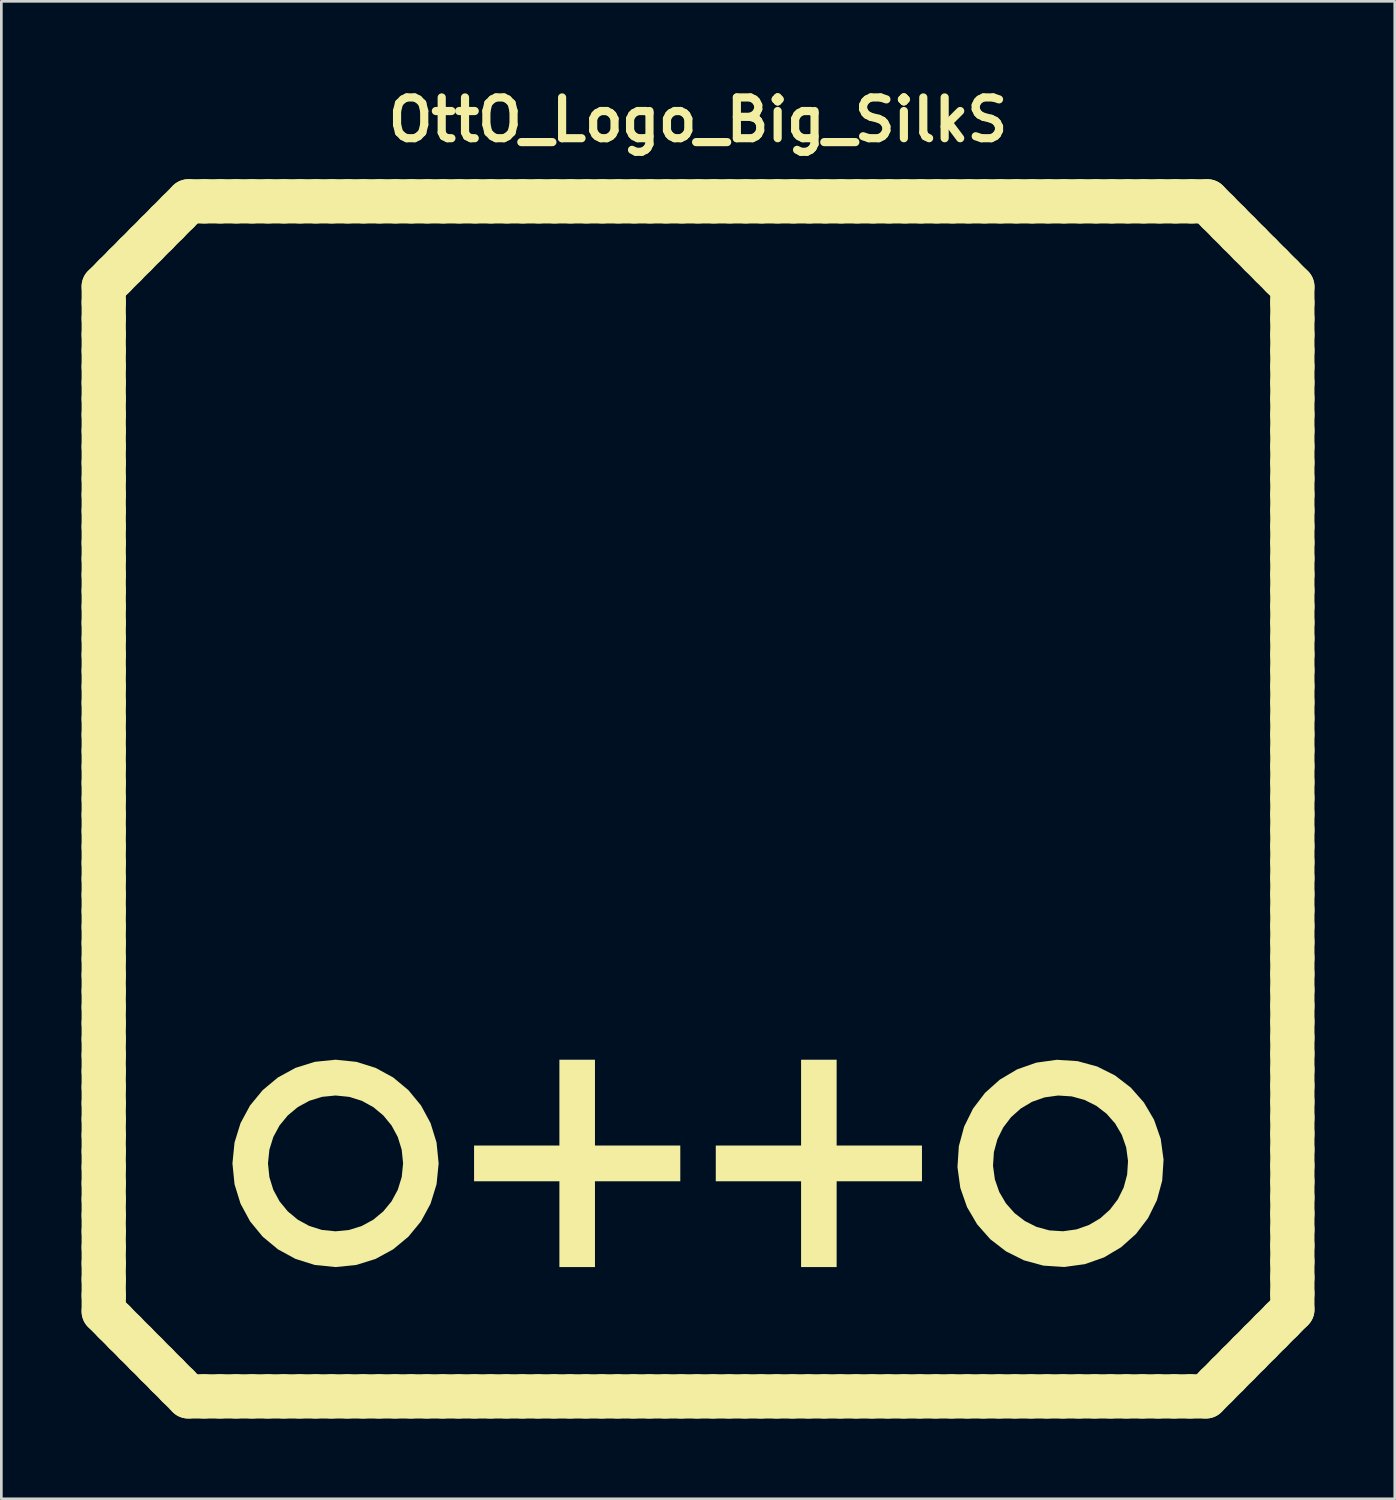
<source format=kicad_pcb>
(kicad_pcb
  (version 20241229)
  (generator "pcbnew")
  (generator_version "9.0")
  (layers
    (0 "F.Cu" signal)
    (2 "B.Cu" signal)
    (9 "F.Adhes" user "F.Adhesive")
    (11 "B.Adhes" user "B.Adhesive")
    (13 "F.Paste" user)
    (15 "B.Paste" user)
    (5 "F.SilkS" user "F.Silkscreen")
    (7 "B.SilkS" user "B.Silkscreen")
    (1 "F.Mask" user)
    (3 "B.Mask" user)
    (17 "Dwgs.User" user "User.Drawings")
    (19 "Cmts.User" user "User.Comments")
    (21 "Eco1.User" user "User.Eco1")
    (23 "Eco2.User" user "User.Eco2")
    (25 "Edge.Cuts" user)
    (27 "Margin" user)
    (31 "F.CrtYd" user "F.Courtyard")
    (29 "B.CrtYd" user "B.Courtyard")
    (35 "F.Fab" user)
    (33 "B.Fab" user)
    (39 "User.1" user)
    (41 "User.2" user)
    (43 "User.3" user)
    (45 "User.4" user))
  (footprint "OttO_Logo_Big_SilkS"
    (layer "F.Cu")
    (at 23.037 26.805)
    (property "Reference" "OttO_Logo_Big_SilkS" (at 0 -25.379 0) (layer "F.SilkS") (effects (font (size 1.524 1.524) (thickness 0.305))))
    (attr smd)
    (fp_line (start -22.211 -19.147) (end -22.211 -18.548) (stroke (width 1.653) (type solid)) (layer "F.SilkS"))
    (fp_line (start -22.211 -18.548) (end -22.211 -17.95) (stroke (width 1.653) (type solid)) (layer "F.SilkS"))
    (fp_line (start -22.211 -17.95) (end -22.211 -17.351) (stroke (width 1.653) (type solid)) (layer "F.SilkS"))
    (fp_line (start -22.211 -17.351) (end -22.211 -16.753) (stroke (width 1.653) (type solid)) (layer "F.SilkS"))
    (fp_line (start -22.211 -16.753) (end -22.211 -16.154) (stroke (width 1.653) (type solid)) (layer "F.SilkS"))
    (fp_line (start -22.211 -16.154) (end -22.211 -15.556) (stroke (width 1.653) (type solid)) (layer "F.SilkS"))
    (fp_line (start -22.211 -15.556) (end -22.211 -14.957) (stroke (width 1.653) (type solid)) (layer "F.SilkS"))
    (fp_line (start -22.211 -14.957) (end -22.211 -14.359) (stroke (width 1.653) (type solid)) (layer "F.SilkS"))
    (fp_line (start -22.211 -14.359) (end -22.211 -13.76) (stroke (width 1.653) (type solid)) (layer "F.SilkS"))
    (fp_line (start -22.211 -13.76) (end -22.211 -13.162) (stroke (width 1.653) (type solid)) (layer "F.SilkS"))
    (fp_line (start -22.211 -13.162) (end -22.211 -12.564) (stroke (width 1.653) (type solid)) (layer "F.SilkS"))
    (fp_line (start -22.211 -12.564) (end -22.211 -11.965) (stroke (width 1.653) (type solid)) (layer "F.SilkS"))
    (fp_line (start -22.211 -11.965) (end -22.211 -11.367) (stroke (width 1.653) (type solid)) (layer "F.SilkS"))
    (fp_line (start -22.211 -11.367) (end -22.211 -10.768) (stroke (width 1.653) (type solid)) (layer "F.SilkS"))
    (fp_line (start -22.211 -10.768) (end -22.211 -10.17) (stroke (width 1.653) (type solid)) (layer "F.SilkS"))
    (fp_line (start -22.211 -10.17) (end -22.211 -9.571) (stroke (width 1.653) (type solid)) (layer "F.SilkS"))
    (fp_line (start -22.211 -9.571) (end -22.211 -8.973) (stroke (width 1.653) (type solid)) (layer "F.SilkS"))
    (fp_line (start -22.211 -8.973) (end -22.211 -8.374) (stroke (width 1.653) (type solid)) (layer "F.SilkS"))
    (fp_line (start -22.211 -8.374) (end -22.211 -7.776) (stroke (width 1.653) (type solid)) (layer "F.SilkS"))
    (fp_line (start -22.211 -7.776) (end -22.211 -7.177) (stroke (width 1.653) (type solid)) (layer "F.SilkS"))
    (fp_line (start -22.211 -7.177) (end -22.211 -6.579) (stroke (width 1.653) (type solid)) (layer "F.SilkS"))
    (fp_line (start -22.211 -6.579) (end -22.211 -5.981) (stroke (width 1.653) (type solid)) (layer "F.SilkS"))
    (fp_line (start -22.211 -5.981) (end -22.211 -5.382) (stroke (width 1.653) (type solid)) (layer "F.SilkS"))
    (fp_line (start -22.211 -5.382) (end -22.211 -4.784) (stroke (width 1.653) (type solid)) (layer "F.SilkS"))
    (fp_line (start -22.211 -4.784) (end -22.211 -4.185) (stroke (width 1.653) (type solid)) (layer "F.SilkS"))
    (fp_line (start -22.211 -4.185) (end -22.211 -3.587) (stroke (width 1.653) (type solid)) (layer "F.SilkS"))
    (fp_line (start -22.211 -3.587) (end -22.211 -2.988) (stroke (width 1.653) (type solid)) (layer "F.SilkS"))
    (fp_line (start -22.211 -2.988) (end -22.211 -2.39) (stroke (width 1.653) (type solid)) (layer "F.SilkS"))
    (fp_line (start -22.211 -2.39) (end -22.211 -1.791) (stroke (width 1.653) (type solid)) (layer "F.SilkS"))
    (fp_line (start -22.211 -1.791) (end -22.211 -1.193) (stroke (width 1.653) (type solid)) (layer "F.SilkS"))
    (fp_line (start -22.211 -1.193) (end -22.211 -0.595) (stroke (width 1.653) (type solid)) (layer "F.SilkS"))
    (fp_line (start -22.211 -0.595) (end -22.211 0.004) (stroke (width 1.653) (type solid)) (layer "F.SilkS"))
    (fp_line (start -22.211 0.004) (end -22.211 0.602) (stroke (width 1.653) (type solid)) (layer "F.SilkS"))
    (fp_line (start -22.211 0.602) (end -22.211 1.201) (stroke (width 1.653) (type solid)) (layer "F.SilkS"))
    (fp_line (start -22.211 1.201) (end -22.211 1.799) (stroke (width 1.653) (type solid)) (layer "F.SilkS"))
    (fp_line (start -22.211 1.799) (end -22.211 2.398) (stroke (width 1.653) (type solid)) (layer "F.SilkS"))
    (fp_line (start -22.211 2.398) (end -22.211 2.996) (stroke (width 1.653) (type solid)) (layer "F.SilkS"))
    (fp_line (start -22.211 2.996) (end -22.211 3.595) (stroke (width 1.653) (type solid)) (layer "F.SilkS"))
    (fp_line (start -22.211 3.595) (end -22.211 4.193) (stroke (width 1.653) (type solid)) (layer "F.SilkS"))
    (fp_line (start -22.211 4.193) (end -22.211 4.792) (stroke (width 1.653) (type solid)) (layer "F.SilkS"))
    (fp_line (start -22.211 4.792) (end -22.211 5.39) (stroke (width 1.653) (type solid)) (layer "F.SilkS"))
    (fp_line (start -22.211 5.39) (end -22.211 5.988) (stroke (width 1.653) (type solid)) (layer "F.SilkS"))
    (fp_line (start -22.211 5.988) (end -22.211 6.587) (stroke (width 1.653) (type solid)) (layer "F.SilkS"))
    (fp_line (start -22.211 6.587) (end -22.211 7.185) (stroke (width 1.653) (type solid)) (layer "F.SilkS"))
    (fp_line (start -22.211 7.185) (end -22.211 7.784) (stroke (width 1.653) (type solid)) (layer "F.SilkS"))
    (fp_line (start -22.211 7.784) (end -22.211 8.382) (stroke (width 1.653) (type solid)) (layer "F.SilkS"))
    (fp_line (start -22.211 8.382) (end -22.211 8.981) (stroke (width 1.653) (type solid)) (layer "F.SilkS"))
    (fp_line (start -22.211 8.981) (end -22.211 9.579) (stroke (width 1.653) (type solid)) (layer "F.SilkS"))
    (fp_line (start -22.211 9.579) (end -22.211 10.178) (stroke (width 1.653) (type solid)) (layer "F.SilkS"))
    (fp_line (start -22.211 10.178) (end -22.211 10.776) (stroke (width 1.653) (type solid)) (layer "F.SilkS"))
    (fp_line (start -22.211 10.776) (end -22.211 11.375) (stroke (width 1.653) (type solid)) (layer "F.SilkS"))
    (fp_line (start -22.211 11.375) (end -22.211 11.973) (stroke (width 1.653) (type solid)) (layer "F.SilkS"))
    (fp_line (start -22.211 11.973) (end -22.211 12.571) (stroke (width 1.653) (type solid)) (layer "F.SilkS"))
    (fp_line (start -22.211 12.571) (end -22.211 13.17) (stroke (width 1.653) (type solid)) (layer "F.SilkS"))
    (fp_line (start -22.211 13.17) (end -22.211 13.768) (stroke (width 1.653) (type solid)) (layer "F.SilkS"))
    (fp_line (start -22.211 13.768) (end -22.211 14.367) (stroke (width 1.653) (type solid)) (layer "F.SilkS"))
    (fp_line (start -22.211 14.367) (end -22.211 14.965) (stroke (width 1.653) (type solid)) (layer "F.SilkS"))
    (fp_line (start -22.211 14.965) (end -22.211 15.564) (stroke (width 1.653) (type solid)) (layer "F.SilkS"))
    (fp_line (start -22.211 15.564) (end -22.211 16.162) (stroke (width 1.653) (type solid)) (layer "F.SilkS"))
    (fp_line (start -22.211 16.162) (end -22.211 16.761) (stroke (width 1.653) (type solid)) (layer "F.SilkS"))
    (fp_line (start -22.211 16.761) (end -22.211 17.359) (stroke (width 1.653) (type solid)) (layer "F.SilkS"))
    (fp_line (start -22.211 17.359) (end -22.211 17.958) (stroke (width 1.653) (type solid)) (layer "F.SilkS"))
    (fp_line (start -22.211 17.958) (end -22.211 18.556) (stroke (width 1.653) (type solid)) (layer "F.SilkS"))
    (fp_line (start -22.211 18.556) (end -22.211 19.154) (stroke (width 1.653) (type solid)) (layer "F.SilkS"))
    (fp_line (start -22.211 19.154) (end -21.816 19.551) (stroke (width 1.653) (type solid)) (layer "F.SilkS"))
    (fp_line (start -21.816 19.551) (end -21.421 19.949) (stroke (width 1.653) (type solid)) (layer "F.SilkS"))
    (fp_line (start -21.815 -19.545) (end -22.211 -19.147) (stroke (width 1.653) (type solid)) (layer "F.SilkS"))
    (fp_line (start -21.421 19.949) (end -21.026 20.346) (stroke (width 1.653) (type solid)) (layer "F.SilkS"))
    (fp_line (start -21.419 -19.943) (end -21.815 -19.545) (stroke (width 1.653) (type solid)) (layer "F.SilkS"))
    (fp_line (start -21.026 20.346) (end -20.631 20.743) (stroke (width 1.653) (type solid)) (layer "F.SilkS"))
    (fp_line (start -21.023 -20.341) (end -21.419 -19.943) (stroke (width 1.653) (type solid)) (layer "F.SilkS"))
    (fp_line (start -20.631 20.743) (end -20.236 21.14) (stroke (width 1.653) (type solid)) (layer "F.SilkS"))
    (fp_line (start -20.627 -20.739) (end -21.023 -20.341) (stroke (width 1.653) (type solid)) (layer "F.SilkS"))
    (fp_line (start -20.236 21.14) (end -19.841 21.537) (stroke (width 1.653) (type solid)) (layer "F.SilkS"))
    (fp_line (start -20.231 -21.137) (end -20.627 -20.739) (stroke (width 1.653) (type solid)) (layer "F.SilkS"))
    (fp_line (start -19.841 21.537) (end -19.446 21.934) (stroke (width 1.653) (type solid)) (layer "F.SilkS"))
    (fp_line (start -19.835 -21.535) (end -20.231 -21.137) (stroke (width 1.653) (type solid)) (layer "F.SilkS"))
    (fp_line (start -19.446 21.934) (end -19.051 22.331) (stroke (width 1.653) (type solid)) (layer "F.SilkS"))
    (fp_line (start -19.439 -21.933) (end -19.835 -21.535) (stroke (width 1.653) (type solid)) (layer "F.SilkS"))
    (fp_line (start -19.051 22.331) (end -18.457 22.331) (stroke (width 1.653) (type solid)) (layer "F.SilkS"))
    (fp_line (start -19.043 -22.331) (end -19.439 -21.933) (stroke (width 1.653) (type solid)) (layer "F.SilkS"))
    (fp_line (start -18.457 22.331) (end -17.862 22.331) (stroke (width 1.653) (type solid)) (layer "F.SilkS"))
    (fp_line (start -18.448 -22.331) (end -19.043 -22.331) (stroke (width 1.653) (type solid)) (layer "F.SilkS"))
    (fp_line (start -17.862 22.331) (end -17.268 22.331) (stroke (width 1.653) (type solid)) (layer "F.SilkS"))
    (fp_line (start -17.853 -22.331) (end -18.448 -22.331) (stroke (width 1.653) (type solid)) (layer "F.SilkS"))
    (fp_line (start -17.268 22.331) (end -16.674 22.331) (stroke (width 1.653) (type solid)) (layer "F.SilkS"))
    (fp_line (start -17.259 -22.331) (end -17.853 -22.331) (stroke (width 1.653) (type solid)) (layer "F.SilkS"))
    (fp_line (start -16.674 22.331) (end -16.08 22.331) (stroke (width 1.653) (type solid)) (layer "F.SilkS"))
    (fp_line (start -16.664 -22.331) (end -17.259 -22.331) (stroke (width 1.653) (type solid)) (layer "F.SilkS"))
    (fp_line (start -16.08 22.331) (end -15.485 22.331) (stroke (width 1.653) (type solid)) (layer "F.SilkS"))
    (fp_line (start -16.069 -22.331) (end -16.664 -22.331) (stroke (width 1.653) (type solid)) (layer "F.SilkS"))
    (fp_line (start -15.485 22.331) (end -14.891 22.331) (stroke (width 1.653) (type solid)) (layer "F.SilkS"))
    (fp_line (start -15.474 -22.331) (end -16.069 -22.331) (stroke (width 1.653) (type solid)) (layer "F.SilkS"))
    (fp_line (start -14.891 22.331) (end -14.297 22.331) (stroke (width 1.653) (type solid)) (layer "F.SilkS"))
    (fp_line (start -14.879 -22.331) (end -15.474 -22.331) (stroke (width 1.653) (type solid)) (layer "F.SilkS"))
    (fp_line (start -14.297 22.331) (end -13.703 22.331) (stroke (width 1.653) (type solid)) (layer "F.SilkS"))
    (fp_line (start -14.284 -22.331) (end -14.879 -22.331) (stroke (width 1.653) (type solid)) (layer "F.SilkS"))
    (fp_line (start -13.703 22.331) (end -13.108 22.331) (stroke (width 1.653) (type solid)) (layer "F.SilkS"))
    (fp_line (start -13.689 -22.331) (end -14.284 -22.331) (stroke (width 1.653) (type solid)) (layer "F.SilkS"))
    (fp_line (start -13.108 22.331) (end -12.514 22.331) (stroke (width 1.653) (type solid)) (layer "F.SilkS"))
    (fp_line (start -13.094 -22.331) (end -13.689 -22.331) (stroke (width 1.653) (type solid)) (layer "F.SilkS"))
    (fp_line (start -12.514 22.331) (end -11.92 22.331) (stroke (width 1.653) (type solid)) (layer "F.SilkS"))
    (fp_line (start -12.499 -22.331) (end -13.094 -22.331) (stroke (width 1.653) (type solid)) (layer "F.SilkS"))
    (fp_line (start -11.92 22.331) (end -11.326 22.331) (stroke (width 1.653) (type solid)) (layer "F.SilkS"))
    (fp_line (start -11.904 -22.331) (end -12.499 -22.331) (stroke (width 1.653) (type solid)) (layer "F.SilkS"))
    (fp_line (start -11.326 22.331) (end -10.732 22.331) (stroke (width 1.653) (type solid)) (layer "F.SilkS"))
    (fp_line (start -11.309 -22.331) (end -11.904 -22.331) (stroke (width 1.653) (type solid)) (layer "F.SilkS"))
    (fp_line (start -10.732 22.331) (end -10.137 22.331) (stroke (width 1.653) (type solid)) (layer "F.SilkS"))
    (fp_line (start -10.714 -22.331) (end -11.309 -22.331) (stroke (width 1.653) (type solid)) (layer "F.SilkS"))
    (fp_line (start -10.137 22.331) (end -9.543 22.331) (stroke (width 1.653) (type solid)) (layer "F.SilkS"))
    (fp_line (start -10.119 -22.331) (end -10.714 -22.331) (stroke (width 1.653) (type solid)) (layer "F.SilkS"))
    (fp_line (start -9.543 22.331) (end -8.949 22.331) (stroke (width 1.653) (type solid)) (layer "F.SilkS"))
    (fp_line (start -9.524 -22.331) (end -10.119 -22.331) (stroke (width 1.653) (type solid)) (layer "F.SilkS"))
    (fp_line (start -8.949 22.331) (end -8.355 22.331) (stroke (width 1.653) (type solid)) (layer "F.SilkS"))
    (fp_line (start -8.929 -22.331) (end -9.524 -22.331) (stroke (width 1.653) (type solid)) (layer "F.SilkS"))
    (fp_line (start -8.355 22.331) (end -7.76 22.331) (stroke (width 1.653) (type solid)) (layer "F.SilkS"))
    (fp_line (start -8.334 -22.331) (end -8.929 -22.331) (stroke (width 1.653) (type solid)) (layer "F.SilkS"))
    (fp_line (start -7.76 22.331) (end -7.166 22.331) (stroke (width 1.653) (type solid)) (layer "F.SilkS"))
    (fp_line (start -7.739 -22.331) (end -8.334 -22.331) (stroke (width 1.653) (type solid)) (layer "F.SilkS"))
    (fp_line (start -7.166 22.331) (end -6.572 22.331) (stroke (width 1.653) (type solid)) (layer "F.SilkS"))
    (fp_line (start -7.144 -22.331) (end -7.739 -22.331) (stroke (width 1.653) (type solid)) (layer "F.SilkS"))
    (fp_line (start -6.572 22.331) (end -5.978 22.331) (stroke (width 1.653) (type solid)) (layer "F.SilkS"))
    (fp_line (start -6.549 -22.331) (end -7.144 -22.331) (stroke (width 1.653) (type solid)) (layer "F.SilkS"))
    (fp_line (start -5.978 22.331) (end -5.383 22.331) (stroke (width 1.653) (type solid)) (layer "F.SilkS"))
    (fp_line (start -5.954 -22.331) (end -6.549 -22.331) (stroke (width 1.653) (type solid)) (layer "F.SilkS"))
    (fp_line (start -5.383 22.331) (end -4.789 22.331) (stroke (width 1.653) (type solid)) (layer "F.SilkS"))
    (fp_line (start -5.359 -22.331) (end -5.954 -22.331) (stroke (width 1.653) (type solid)) (layer "F.SilkS"))
    (fp_line (start -4.789 22.331) (end -4.195 22.331) (stroke (width 1.653) (type solid)) (layer "F.SilkS"))
    (fp_line (start -4.764 -22.331) (end -5.359 -22.331) (stroke (width 1.653) (type solid)) (layer "F.SilkS"))
    (fp_line (start -4.195 22.331) (end -3.601 22.331) (stroke (width 1.653) (type solid)) (layer "F.SilkS"))
    (fp_line (start -4.169 -22.331) (end -4.764 -22.331) (stroke (width 1.653) (type solid)) (layer "F.SilkS"))
    (fp_line (start -3.601 22.331) (end -3.007 22.331) (stroke (width 1.653) (type solid)) (layer "F.SilkS"))
    (fp_line (start -3.574 -22.331) (end -4.169 -22.331) (stroke (width 1.653) (type solid)) (layer "F.SilkS"))
    (fp_line (start -3.007 22.331) (end -2.412 22.331) (stroke (width 1.653) (type solid)) (layer "F.SilkS"))
    (fp_line (start -2.979 -22.331) (end -3.574 -22.331) (stroke (width 1.653) (type solid)) (layer "F.SilkS"))
    (fp_line (start -2.412 22.331) (end -1.818 22.331) (stroke (width 1.653) (type solid)) (layer "F.SilkS"))
    (fp_line (start -2.384 -22.331) (end -2.979 -22.331) (stroke (width 1.653) (type solid)) (layer "F.SilkS"))
    (fp_line (start -1.818 22.331) (end -1.224 22.331) (stroke (width 1.653) (type solid)) (layer "F.SilkS"))
    (fp_line (start -1.789 -22.331) (end -2.384 -22.331) (stroke (width 1.653) (type solid)) (layer "F.SilkS"))
    (fp_line (start -1.224 22.331) (end -0.63 22.331) (stroke (width 1.653) (type solid)) (layer "F.SilkS"))
    (fp_line (start -1.195 -22.331) (end -1.789 -22.331) (stroke (width 1.653) (type solid)) (layer "F.SilkS"))
    (fp_line (start -0.63 22.331) (end -0.035 22.331) (stroke (width 1.653) (type solid)) (layer "F.SilkS"))
    (fp_line (start -0.6 -22.331) (end -1.195 -22.331) (stroke (width 1.653) (type solid)) (layer "F.SilkS"))
    (fp_line (start -0.035 22.331) (end 0.559 22.331) (stroke (width 1.653) (type solid)) (layer "F.SilkS"))
    (fp_line (start -0.005 -22.331) (end -0.6 -22.331) (stroke (width 1.653) (type solid)) (layer "F.SilkS"))
    (fp_line (start 0.559 22.331) (end 1.153 22.331) (stroke (width 1.653) (type solid)) (layer "F.SilkS"))
    (fp_line (start 0.59 -22.331) (end -0.005 -22.331) (stroke (width 1.653) (type solid)) (layer "F.SilkS"))
    (fp_line (start 1.153 22.331) (end 1.747 22.331) (stroke (width 1.653) (type solid)) (layer "F.SilkS"))
    (fp_line (start 1.185 -22.331) (end 0.59 -22.331) (stroke (width 1.653) (type solid)) (layer "F.SilkS"))
    (fp_line (start 1.747 22.331) (end 2.342 22.331) (stroke (width 1.653) (type solid)) (layer "F.SilkS"))
    (fp_line (start 1.78 -22.331) (end 1.185 -22.331) (stroke (width 1.653) (type solid)) (layer "F.SilkS"))
    (fp_line (start 2.342 22.331) (end 2.936 22.331) (stroke (width 1.653) (type solid)) (layer "F.SilkS"))
    (fp_line (start 2.375 -22.331) (end 1.78 -22.331) (stroke (width 1.653) (type solid)) (layer "F.SilkS"))
    (fp_line (start 2.936 22.331) (end 3.53 22.331) (stroke (width 1.653) (type solid)) (layer "F.SilkS"))
    (fp_line (start 2.97 -22.331) (end 2.375 -22.331) (stroke (width 1.653) (type solid)) (layer "F.SilkS"))
    (fp_line (start 3.53 22.331) (end 4.124 22.331) (stroke (width 1.653) (type solid)) (layer "F.SilkS"))
    (fp_line (start 3.565 -22.331) (end 2.97 -22.331) (stroke (width 1.653) (type solid)) (layer "F.SilkS"))
    (fp_line (start 4.124 22.331) (end 4.718 22.331) (stroke (width 1.653) (type solid)) (layer "F.SilkS"))
    (fp_line (start 4.16 -22.331) (end 3.565 -22.331) (stroke (width 1.653) (type solid)) (layer "F.SilkS"))
    (fp_line (start 4.718 22.331) (end 5.313 22.331) (stroke (width 1.653) (type solid)) (layer "F.SilkS"))
    (fp_line (start 4.755 -22.331) (end 4.16 -22.331) (stroke (width 1.653) (type solid)) (layer "F.SilkS"))
    (fp_line (start 5.313 22.331) (end 5.907 22.331) (stroke (width 1.653) (type solid)) (layer "F.SilkS"))
    (fp_line (start 5.35 -22.331) (end 4.755 -22.331) (stroke (width 1.653) (type solid)) (layer "F.SilkS"))
    (fp_line (start 5.907 22.331) (end 6.501 22.331) (stroke (width 1.653) (type solid)) (layer "F.SilkS"))
    (fp_line (start 5.945 -22.331) (end 5.35 -22.331) (stroke (width 1.653) (type solid)) (layer "F.SilkS"))
    (fp_line (start 6.501 22.331) (end 7.095 22.331) (stroke (width 1.653) (type solid)) (layer "F.SilkS"))
    (fp_line (start 6.54 -22.331) (end 5.945 -22.331) (stroke (width 1.653) (type solid)) (layer "F.SilkS"))
    (fp_line (start 7.095 22.331) (end 7.69 22.331) (stroke (width 1.653) (type solid)) (layer "F.SilkS"))
    (fp_line (start 7.135 -22.331) (end 6.54 -22.331) (stroke (width 1.653) (type solid)) (layer "F.SilkS"))
    (fp_line (start 7.69 22.331) (end 8.284 22.331) (stroke (width 1.653) (type solid)) (layer "F.SilkS"))
    (fp_line (start 7.73 -22.331) (end 7.135 -22.331) (stroke (width 1.653) (type solid)) (layer "F.SilkS"))
    (fp_line (start 8.284 22.331) (end 8.878 22.331) (stroke (width 1.653) (type solid)) (layer "F.SilkS"))
    (fp_line (start 8.325 -22.331) (end 7.73 -22.331) (stroke (width 1.653) (type solid)) (layer "F.SilkS"))
    (fp_line (start 8.878 22.331) (end 9.472 22.331) (stroke (width 1.653) (type solid)) (layer "F.SilkS"))
    (fp_line (start 8.92 -22.331) (end 8.325 -22.331) (stroke (width 1.653) (type solid)) (layer "F.SilkS"))
    (fp_line (start 9.472 22.331) (end 10.067 22.331) (stroke (width 1.653) (type solid)) (layer "F.SilkS"))
    (fp_line (start 9.515 -22.331) (end 8.92 -22.331) (stroke (width 1.653) (type solid)) (layer "F.SilkS"))
    (fp_line (start 10.067 22.331) (end 10.661 22.331) (stroke (width 1.653) (type solid)) (layer "F.SilkS"))
    (fp_line (start 10.11 -22.331) (end 9.515 -22.331) (stroke (width 1.653) (type solid)) (layer "F.SilkS"))
    (fp_line (start 10.661 22.331) (end 11.255 22.331) (stroke (width 1.653) (type solid)) (layer "F.SilkS"))
    (fp_line (start 10.705 -22.331) (end 10.11 -22.331) (stroke (width 1.653) (type solid)) (layer "F.SilkS"))
    (fp_line (start 11.255 22.331) (end 11.849 22.331) (stroke (width 1.653) (type solid)) (layer "F.SilkS"))
    (fp_line (start 11.3 -22.331) (end 10.705 -22.331) (stroke (width 1.653) (type solid)) (layer "F.SilkS"))
    (fp_line (start 11.849 22.331) (end 12.443 22.331) (stroke (width 1.653) (type solid)) (layer "F.SilkS"))
    (fp_line (start 11.895 -22.331) (end 11.3 -22.331) (stroke (width 1.653) (type solid)) (layer "F.SilkS"))
    (fp_line (start 12.443 22.331) (end 13.038 22.331) (stroke (width 1.653) (type solid)) (layer "F.SilkS"))
    (fp_line (start 12.49 -22.331) (end 11.895 -22.331) (stroke (width 1.653) (type solid)) (layer "F.SilkS"))
    (fp_line (start 13.038 22.331) (end 13.632 22.331) (stroke (width 1.653) (type solid)) (layer "F.SilkS"))
    (fp_line (start 13.085 -22.331) (end 12.49 -22.331) (stroke (width 1.653) (type solid)) (layer "F.SilkS"))
    (fp_line (start 13.632 22.331) (end 14.226 22.331) (stroke (width 1.653) (type solid)) (layer "F.SilkS"))
    (fp_line (start 13.68 -22.331) (end 13.085 -22.331) (stroke (width 1.653) (type solid)) (layer "F.SilkS"))
    (fp_line (start 14.226 22.331) (end 14.82 22.331) (stroke (width 1.653) (type solid)) (layer "F.SilkS"))
    (fp_line (start 14.275 -22.331) (end 13.68 -22.331) (stroke (width 1.653) (type solid)) (layer "F.SilkS"))
    (fp_line (start 14.82 22.331) (end 15.415 22.331) (stroke (width 1.653) (type solid)) (layer "F.SilkS"))
    (fp_line (start 14.869 -22.331) (end 14.275 -22.331) (stroke (width 1.653) (type solid)) (layer "F.SilkS"))
    (fp_line (start 15.415 22.331) (end 16.009 22.331) (stroke (width 1.653) (type solid)) (layer "F.SilkS"))
    (fp_line (start 15.464 -22.331) (end 14.869 -22.331) (stroke (width 1.653) (type solid)) (layer "F.SilkS"))
    (fp_line (start 16.009 22.331) (end 16.603 22.331) (stroke (width 1.653) (type solid)) (layer "F.SilkS"))
    (fp_line (start 16.059 -22.331) (end 15.464 -22.331) (stroke (width 1.653) (type solid)) (layer "F.SilkS"))
    (fp_line (start 16.603 22.331) (end 17.197 22.331) (stroke (width 1.653) (type solid)) (layer "F.SilkS"))
    (fp_line (start 16.654 -22.331) (end 16.059 -22.331) (stroke (width 1.653) (type solid)) (layer "F.SilkS"))
    (fp_line (start 17.197 22.331) (end 17.792 22.331) (stroke (width 1.653) (type solid)) (layer "F.SilkS"))
    (fp_line (start 17.249 -22.331) (end 16.654 -22.331) (stroke (width 1.653) (type solid)) (layer "F.SilkS"))
    (fp_line (start 17.792 22.331) (end 18.386 22.331) (stroke (width 1.653) (type solid)) (layer "F.SilkS"))
    (fp_line (start 17.844 -22.331) (end 17.249 -22.331) (stroke (width 1.653) (type solid)) (layer "F.SilkS"))
    (fp_line (start 18.386 22.331) (end 18.98 22.331) (stroke (width 1.653) (type solid)) (layer "F.SilkS"))
    (fp_line (start 18.439 -22.331) (end 17.844 -22.331) (stroke (width 1.653) (type solid)) (layer "F.SilkS"))
    (fp_line (start 18.98 22.331) (end 19.384 21.925) (stroke (width 1.653) (type solid)) (layer "F.SilkS"))
    (fp_line (start 19.034 -22.331) (end 18.439 -22.331) (stroke (width 1.653) (type solid)) (layer "F.SilkS"))
    (fp_line (start 19.384 21.925) (end 19.788 21.519) (stroke (width 1.653) (type solid)) (layer "F.SilkS"))
    (fp_line (start 19.431 -21.932) (end 19.034 -22.331) (stroke (width 1.653) (type solid)) (layer "F.SilkS"))
    (fp_line (start 19.788 21.519) (end 20.191 21.113) (stroke (width 1.653) (type solid)) (layer "F.SilkS"))
    (fp_line (start 19.828 -21.533) (end 19.431 -21.932) (stroke (width 1.653) (type solid)) (layer "F.SilkS"))
    (fp_line (start 20.191 21.113) (end 20.595 20.707) (stroke (width 1.653) (type solid)) (layer "F.SilkS"))
    (fp_line (start 20.225 -21.133) (end 19.828 -21.533) (stroke (width 1.653) (type solid)) (layer "F.SilkS"))
    (fp_line (start 20.595 20.707) (end 20.999 20.301) (stroke (width 1.653) (type solid)) (layer "F.SilkS"))
    (fp_line (start 20.622 -20.734) (end 20.225 -21.133) (stroke (width 1.653) (type solid)) (layer "F.SilkS"))
    (fp_line (start 20.999 20.301) (end 21.403 19.895) (stroke (width 1.653) (type solid)) (layer "F.SilkS"))
    (fp_line (start 21.019 -20.335) (end 20.622 -20.734) (stroke (width 1.653) (type solid)) (layer "F.SilkS"))
    (fp_line (start 21.403 19.895) (end 21.807 19.489) (stroke (width 1.653) (type solid)) (layer "F.SilkS"))
    (fp_line (start 21.417 -19.936) (end 21.019 -20.335) (stroke (width 1.653) (type solid)) (layer "F.SilkS"))
    (fp_line (start 21.807 19.489) (end 22.211 19.083) (stroke (width 1.653) (type solid)) (layer "F.SilkS"))
    (fp_line (start 21.814 -19.537) (end 21.417 -19.936) (stroke (width 1.653) (type solid)) (layer "F.SilkS"))
    (fp_line (start 22.211 -19.138) (end 21.814 -19.537) (stroke (width 1.653) (type solid)) (layer "F.SilkS"))
    (fp_line (start 22.211 -18.54) (end 22.211 -19.138) (stroke (width 1.653) (type solid)) (layer "F.SilkS"))
    (fp_line (start 22.211 -17.943) (end 22.211 -18.54) (stroke (width 1.653) (type solid)) (layer "F.SilkS"))
    (fp_line (start 22.211 -17.346) (end 22.211 -17.943) (stroke (width 1.653) (type solid)) (layer "F.SilkS"))
    (fp_line (start 22.211 -16.749) (end 22.211 -17.346) (stroke (width 1.653) (type solid)) (layer "F.SilkS"))
    (fp_line (start 22.211 -16.152) (end 22.211 -16.749) (stroke (width 1.653) (type solid)) (layer "F.SilkS"))
    (fp_line (start 22.211 -15.554) (end 22.211 -16.152) (stroke (width 1.653) (type solid)) (layer "F.SilkS"))
    (fp_line (start 22.211 -14.957) (end 22.211 -15.554) (stroke (width 1.653) (type solid)) (layer "F.SilkS"))
    (fp_line (start 22.211 -14.36) (end 22.211 -14.957) (stroke (width 1.653) (type solid)) (layer "F.SilkS"))
    (fp_line (start 22.211 -13.763) (end 22.211 -14.36) (stroke (width 1.653) (type solid)) (layer "F.SilkS"))
    (fp_line (start 22.211 -13.166) (end 22.211 -13.763) (stroke (width 1.653) (type solid)) (layer "F.SilkS"))
    (fp_line (start 22.211 -12.568) (end 22.211 -13.166) (stroke (width 1.653) (type solid)) (layer "F.SilkS"))
    (fp_line (start 22.211 -11.971) (end 22.211 -12.568) (stroke (width 1.653) (type solid)) (layer "F.SilkS"))
    (fp_line (start 22.211 -11.374) (end 22.211 -11.971) (stroke (width 1.653) (type solid)) (layer "F.SilkS"))
    (fp_line (start 22.211 -10.777) (end 22.211 -11.374) (stroke (width 1.653) (type solid)) (layer "F.SilkS"))
    (fp_line (start 22.211 -10.18) (end 22.211 -10.777) (stroke (width 1.653) (type solid)) (layer "F.SilkS"))
    (fp_line (start 22.211 -9.582) (end 22.211 -10.18) (stroke (width 1.653) (type solid)) (layer "F.SilkS"))
    (fp_line (start 22.211 -8.985) (end 22.211 -9.582) (stroke (width 1.653) (type solid)) (layer "F.SilkS"))
    (fp_line (start 22.211 -8.388) (end 22.211 -8.985) (stroke (width 1.653) (type solid)) (layer "F.SilkS"))
    (fp_line (start 22.211 -7.791) (end 22.211 -8.388) (stroke (width 1.653) (type solid)) (layer "F.SilkS"))
    (fp_line (start 22.211 -7.194) (end 22.211 -7.791) (stroke (width 1.653) (type solid)) (layer "F.SilkS"))
    (fp_line (start 22.211 -6.596) (end 22.211 -7.194) (stroke (width 1.653) (type solid)) (layer "F.SilkS"))
    (fp_line (start 22.211 -5.999) (end 22.211 -6.596) (stroke (width 1.653) (type solid)) (layer "F.SilkS"))
    (fp_line (start 22.211 -5.402) (end 22.211 -5.999) (stroke (width 1.653) (type solid)) (layer "F.SilkS"))
    (fp_line (start 22.211 -4.805) (end 22.211 -5.402) (stroke (width 1.653) (type solid)) (layer "F.SilkS"))
    (fp_line (start 22.211 -4.208) (end 22.211 -4.805) (stroke (width 1.653) (type solid)) (layer "F.SilkS"))
    (fp_line (start 22.211 -3.611) (end 22.211 -4.208) (stroke (width 1.653) (type solid)) (layer "F.SilkS"))
    (fp_line (start 22.211 -3.013) (end 22.211 -3.611) (stroke (width 1.653) (type solid)) (layer "F.SilkS"))
    (fp_line (start 22.211 -2.416) (end 22.211 -3.013) (stroke (width 1.653) (type solid)) (layer "F.SilkS"))
    (fp_line (start 22.211 -1.819) (end 22.211 -2.416) (stroke (width 1.653) (type solid)) (layer "F.SilkS"))
    (fp_line (start 22.211 -1.222) (end 22.211 -1.819) (stroke (width 1.653) (type solid)) (layer "F.SilkS"))
    (fp_line (start 22.211 -0.625) (end 22.211 -1.222) (stroke (width 1.653) (type solid)) (layer "F.SilkS"))
    (fp_line (start 22.211 -0.027) (end 22.211 -0.625) (stroke (width 1.653) (type solid)) (layer "F.SilkS"))
    (fp_line (start 22.211 0.57) (end 22.211 -0.027) (stroke (width 1.653) (type solid)) (layer "F.SilkS"))
    (fp_line (start 22.211 1.167) (end 22.211 0.57) (stroke (width 1.653) (type solid)) (layer "F.SilkS"))
    (fp_line (start 22.211 1.764) (end 22.211 1.167) (stroke (width 1.653) (type solid)) (layer "F.SilkS"))
    (fp_line (start 22.211 2.361) (end 22.211 1.764) (stroke (width 1.653) (type solid)) (layer "F.SilkS"))
    (fp_line (start 22.211 2.959) (end 22.211 2.361) (stroke (width 1.653) (type solid)) (layer "F.SilkS"))
    (fp_line (start 22.211 3.556) (end 22.211 2.959) (stroke (width 1.653) (type solid)) (layer "F.SilkS"))
    (fp_line (start 22.211 4.153) (end 22.211 3.556) (stroke (width 1.653) (type solid)) (layer "F.SilkS"))
    (fp_line (start 22.211 4.75) (end 22.211 4.153) (stroke (width 1.653) (type solid)) (layer "F.SilkS"))
    (fp_line (start 22.211 5.347) (end 22.211 4.75) (stroke (width 1.653) (type solid)) (layer "F.SilkS"))
    (fp_line (start 22.211 5.945) (end 22.211 5.347) (stroke (width 1.653) (type solid)) (layer "F.SilkS"))
    (fp_line (start 22.211 6.542) (end 22.211 5.945) (stroke (width 1.653) (type solid)) (layer "F.SilkS"))
    (fp_line (start 22.211 7.139) (end 22.211 6.542) (stroke (width 1.653) (type solid)) (layer "F.SilkS"))
    (fp_line (start 22.211 7.736) (end 22.211 7.139) (stroke (width 1.653) (type solid)) (layer "F.SilkS"))
    (fp_line (start 22.211 8.333) (end 22.211 7.736) (stroke (width 1.653) (type solid)) (layer "F.SilkS"))
    (fp_line (start 22.211 8.931) (end 22.211 8.333) (stroke (width 1.653) (type solid)) (layer "F.SilkS"))
    (fp_line (start 22.211 9.528) (end 22.211 8.931) (stroke (width 1.653) (type solid)) (layer "F.SilkS"))
    (fp_line (start 22.211 10.125) (end 22.211 9.528) (stroke (width 1.653) (type solid)) (layer "F.SilkS"))
    (fp_line (start 22.211 10.722) (end 22.211 10.125) (stroke (width 1.653) (type solid)) (layer "F.SilkS"))
    (fp_line (start 22.211 11.319) (end 22.211 10.722) (stroke (width 1.653) (type solid)) (layer "F.SilkS"))
    (fp_line (start 22.211 11.916) (end 22.211 11.319) (stroke (width 1.653) (type solid)) (layer "F.SilkS"))
    (fp_line (start 22.211 12.514) (end 22.211 11.916) (stroke (width 1.653) (type solid)) (layer "F.SilkS"))
    (fp_line (start 22.211 13.111) (end 22.211 12.514) (stroke (width 1.653) (type solid)) (layer "F.SilkS"))
    (fp_line (start 22.211 13.708) (end 22.211 13.111) (stroke (width 1.653) (type solid)) (layer "F.SilkS"))
    (fp_line (start 22.211 14.305) (end 22.211 13.708) (stroke (width 1.653) (type solid)) (layer "F.SilkS"))
    (fp_line (start 22.211 14.902) (end 22.211 14.305) (stroke (width 1.653) (type solid)) (layer "F.SilkS"))
    (fp_line (start 22.211 15.5) (end 22.211 14.902) (stroke (width 1.653) (type solid)) (layer "F.SilkS"))
    (fp_line (start 22.211 16.097) (end 22.211 15.5) (stroke (width 1.653) (type solid)) (layer "F.SilkS"))
    (fp_line (start 22.211 16.694) (end 22.211 16.097) (stroke (width 1.653) (type solid)) (layer "F.SilkS"))
    (fp_line (start 22.211 17.291) (end 22.211 16.694) (stroke (width 1.653) (type solid)) (layer "F.SilkS"))
    (fp_line (start 22.211 17.888) (end 22.211 17.291) (stroke (width 1.653) (type solid)) (layer "F.SilkS"))
    (fp_line (start 22.211 18.486) (end 22.211 17.888) (stroke (width 1.653) (type solid)) (layer "F.SilkS"))
    (fp_line (start 22.211 19.083) (end 22.211 18.486) (stroke (width 1.653) (type solid)) (layer "F.SilkS"))
    (fp_poly (pts (xy -5.181 14.292) (xy -5.181 15.895) (xy -5.181 17.498) (xy -4.517 17.498) (xy -3.852 17.498) (xy -3.852 15.895) (xy -3.852 14.292) (xy -2.258 14.292) (xy -0.663 14.292) (xy -0.663 13.624) (xy -0.663 12.956) (xy -2.258 12.956) (xy -3.852 12.956) (xy -3.852 11.353) (xy -3.852 9.749) (xy -4.517 9.749) (xy -5.181 9.749) (xy -5.181 11.353) (xy -5.181 12.956) (xy -6.775 12.956) (xy -8.37 12.956) (xy -8.37 13.624) (xy -8.37 14.292) (xy -6.775 14.292) (xy -5.181 14.292)) (stroke (width 0) (type solid)) (fill yes) (layer "F.SilkS"))
    (fp_poly (pts (xy 3.851 14.292) (xy 3.851 15.895) (xy 3.851 17.498) (xy 4.516 17.498) (xy 5.18 17.498) (xy 5.18 15.895) (xy 5.18 14.292) (xy 6.775 14.292) (xy 8.369 14.292) (xy 8.369 13.624) (xy 8.369 12.956) (xy 6.775 12.956) (xy 5.18 12.956) (xy 5.18 11.353) (xy 5.18 9.749) (xy 4.516 9.749) (xy 3.851 9.749) (xy 3.851 11.353) (xy 3.851 12.956) (xy 2.257 12.956) (xy 0.663 12.956) (xy 0.663 13.624) (xy 0.663 14.292) (xy 2.257 14.292) (xy 3.851 14.292)) (stroke (width 0) (type solid)) (fill yes) (layer "F.SilkS"))
    (fp_poly (pts (xy -13.547 17.498) (xy -15.331 15.418) (xy -14.958 15.728) (xy -14.529 15.962) (xy -14.055 16.111) (xy -13.547 16.162) (xy -13.039 16.111) (xy -12.565 15.962) (xy -12.136 15.728) (xy -11.763 15.418) (xy -11.454 15.042) (xy -11.221 14.611) (xy -11.074 14.135) (xy -11.022 13.624) (xy -11.074 13.113) (xy -11.221 12.637) (xy -11.454 12.206) (xy -11.763 11.83) (xy -12.136 11.52) (xy -12.565 11.285) (xy -13.039 11.137) (xy -13.547 11.086) (xy -14.055 11.137) (xy -14.529 11.285) (xy -14.958 11.52) (xy -15.331 11.83) (xy -15.64 12.206) (xy -15.873 12.637) (xy -16.02 13.113) (xy -16.072 13.624) (xy -16.02 14.135) (xy -15.873 14.611) (xy -15.64 15.042) (xy -15.331 15.418) (xy -13.547 17.498) (xy -14.323 17.419) (xy -15.045 17.193) (xy -15.7 16.835) (xy -16.27 16.362) (xy -16.741 15.789) (xy -17.097 15.131) (xy -17.322 14.404) (xy -17.4 13.624) (xy -17.322 12.844) (xy -17.097 12.117) (xy -16.741 11.459) (xy -16.27 10.886) (xy -15.7 10.412) (xy -15.045 10.054) (xy -14.323 9.828) (xy -13.547 9.749) (xy -12.772 9.828) (xy -12.049 10.054) (xy -11.394 10.412) (xy -10.824 10.886) (xy -10.353 11.459) (xy -9.997 12.117) (xy -9.772 12.844) (xy -9.694 13.624) (xy -9.772 14.404) (xy -9.997 15.131) (xy -10.353 15.789) (xy -10.824 16.362) (xy -11.394 16.835) (xy -12.049 17.193) (xy -12.772 17.419) (xy -13.547 17.498)) (stroke (width 0) (type solid)) (fill yes) (layer "F.SilkS"))
    (fp_poly (pts (xy 13.685 17.495) (xy 11.828 15.481) (xy 12.213 15.777) (xy 12.649 15.996) (xy 13.128 16.127) (xy 13.638 16.16) (xy 14.143 16.09) (xy 14.611 15.925) (xy 15.032 15.676) (xy 15.394 15.352) (xy 15.689 14.966) (xy 15.907 14.526) (xy 16.037 14.045) (xy 16.07 13.533) (xy 16.001 13.024) (xy 15.836 12.554) (xy 15.588 12.131) (xy 15.267 11.767) (xy 14.882 11.47) (xy 14.445 11.252) (xy 13.966 11.12) (xy 13.457 11.087) (xy 12.951 11.157) (xy 12.483 11.322) (xy 12.063 11.572) (xy 11.7 11.895) (xy 11.405 12.282) (xy 11.188 12.721) (xy 11.057 13.202) (xy 11.024 13.715) (xy 11.094 14.224) (xy 11.258 14.694) (xy 11.506 15.116) (xy 11.828 15.481) (xy 13.685 17.495) (xy 12.907 17.444) (xy 12.177 17.245) (xy 11.51 16.911) (xy 10.923 16.458) (xy 10.432 15.902) (xy 10.053 15.257) (xy 9.802 14.539) (xy 9.696 13.763) (xy 9.747 12.98) (xy 9.946 12.246) (xy 10.278 11.576) (xy 10.728 10.985) (xy 11.281 10.492) (xy 11.923 10.111) (xy 12.637 9.859) (xy 13.409 9.752) (xy 14.187 9.803) (xy 14.918 10.003) (xy 15.584 10.337) (xy 16.171 10.789) (xy 16.662 11.346) (xy 17.041 11.99) (xy 17.292 12.708) (xy 17.398 13.485) (xy 17.347 14.267) (xy 17.148 15.001) (xy 16.816 15.672) (xy 16.366 16.262) (xy 15.813 16.756) (xy 15.172 17.137) (xy 14.457 17.389) (xy 13.685 17.495)) (stroke (width 0) (type solid)) (fill yes) (layer "F.SilkS")))
  (gr_rect
    (start -3 -3)
    (end 49.075 52.963)
    (stroke (width 0.1) (type default))
    (fill no)
    (layer "Edge.Cuts")))
</source>
